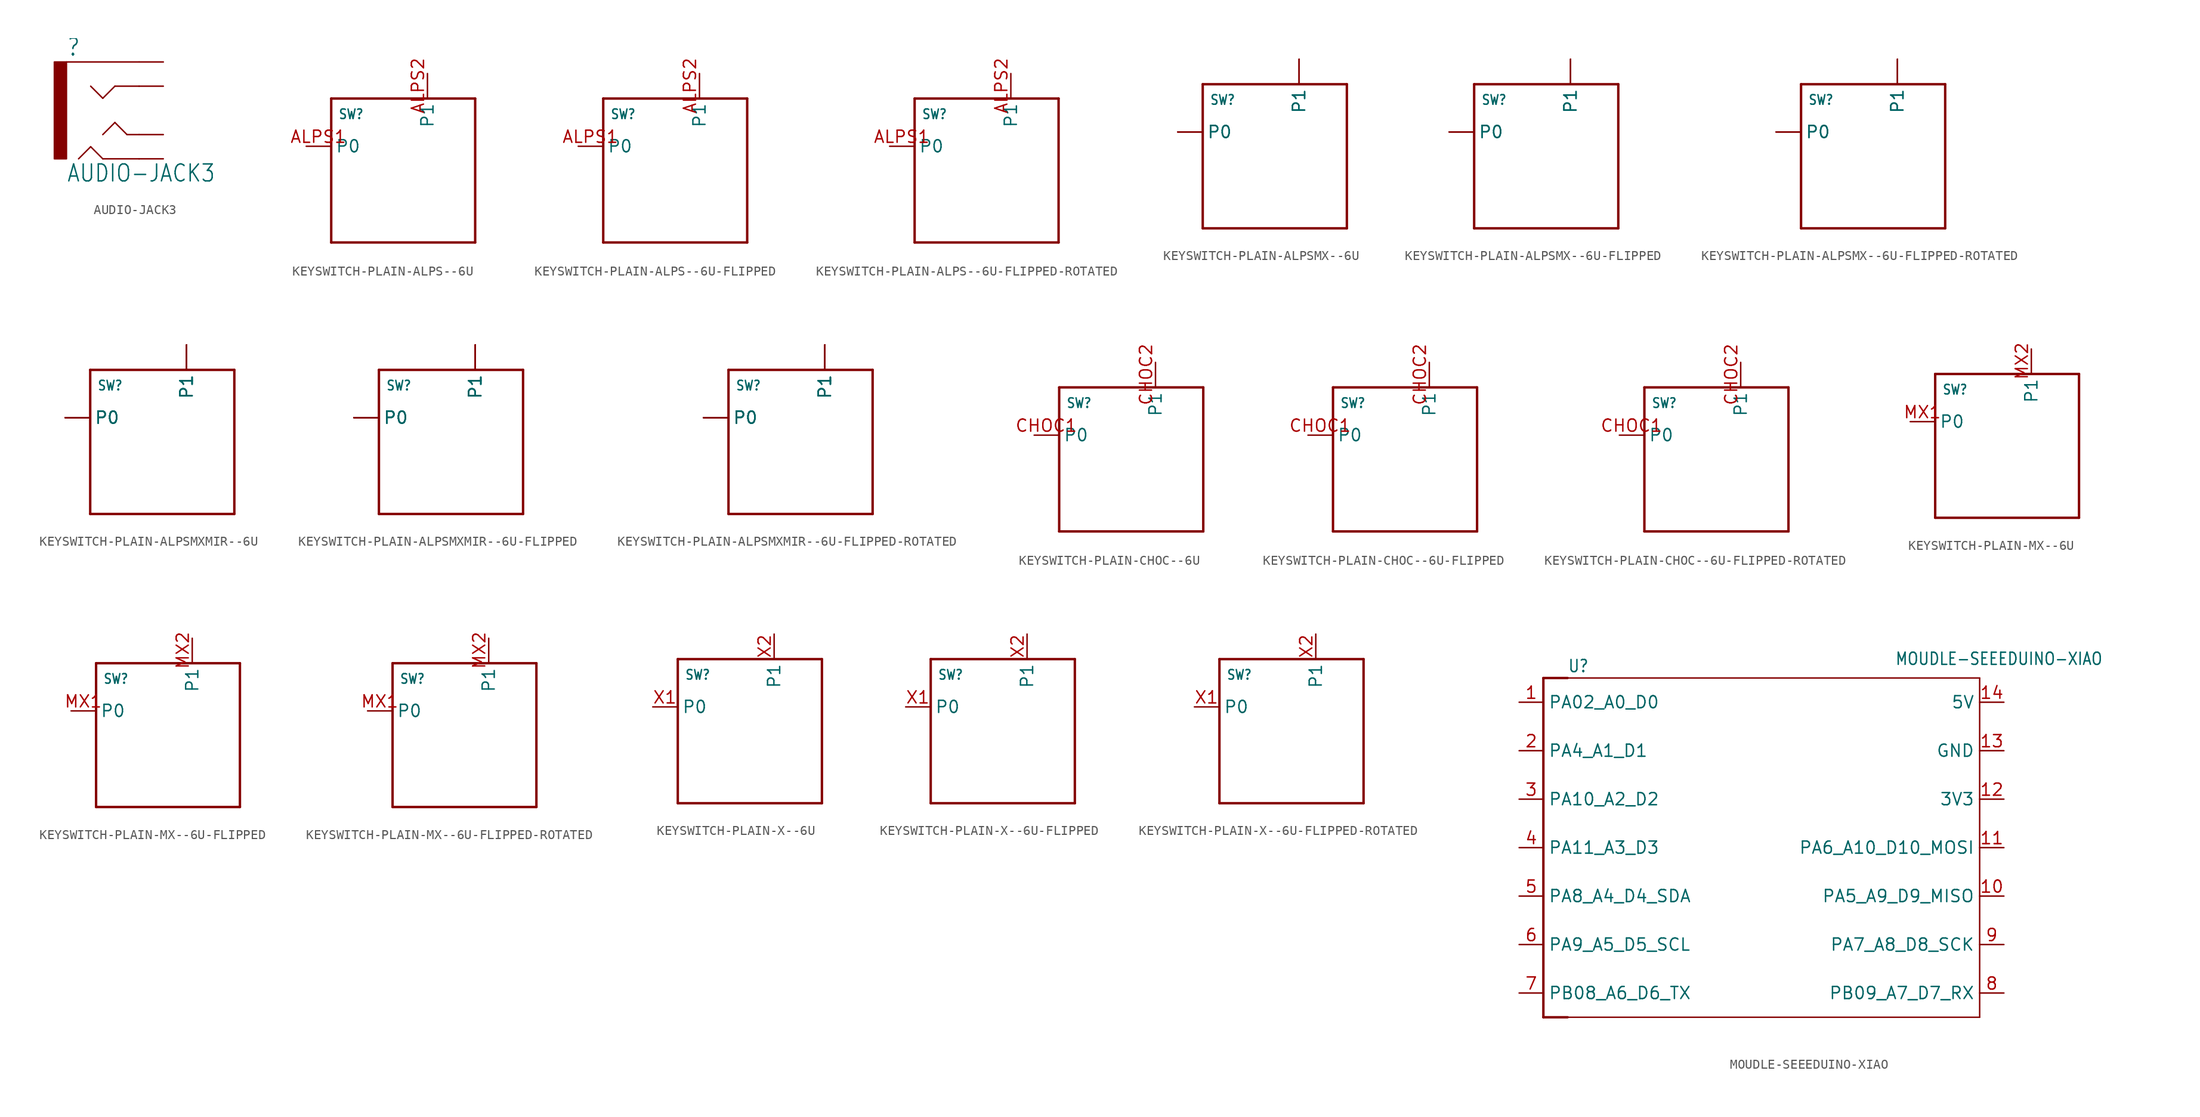
<source format=kicad_sym>
(kicad_symbol_lib
  (version 20211014)
  (generator kicad_symbol_editor)
  (symbol "AUDIO-JACK3"
    (property "Reference" ""
      (at -5.08 5.588 0)
      (effects (font (size 1.778 1.511)) (justify left bottom)))
    (property "Value" "AUDIO-JACK3"
      (at -5.08 -7.62 0)
      (effects (font (size 1.778 1.511)) (justify left bottom)))
    (property "ki_locked" ""
      (at 0 0 0)
      (effects (font (size 1.27 1.27))))
    (symbol "AUDIO-JACK3_1_0"
      (rectangle (start -6.35 -5.08) (end -5.08 5.08) (stroke (width 0) (type default) (color 0 0 0 0)) (fill (type outline)))
      (polyline (pts (xy -3.81 -5.08) (xy -2.54 -3.81)) (stroke (width 0.152) (type default) (color 0 0 0 0)) (fill (type none)))
      (polyline (pts (xy -2.54 -3.81) (xy -1.27 -5.08)) (stroke (width 0.152) (type default) (color 0 0 0 0)) (fill (type none)))
      (polyline (pts (xy -1.27 -5.08) (xy 2.54 -5.08)) (stroke (width 0.152) (type default) (color 0 0 0 0)) (fill (type none)))
      (polyline (pts (xy -1.27 -2.54) (xy 0 -1.27)) (stroke (width 0.152) (type default) (color 0 0 0 0)) (fill (type none)))
      (polyline (pts (xy -1.27 1.27) (xy -2.54 2.54)) (stroke (width 0.152) (type default) (color 0 0 0 0)) (fill (type none)))
      (polyline (pts (xy 0 -1.27) (xy 1.27 -2.54)) (stroke (width 0.152) (type default) (color 0 0 0 0)) (fill (type none)))
      (polyline (pts (xy 0 2.54) (xy -1.27 1.27)) (stroke (width 0.152) (type default) (color 0 0 0 0)) (fill (type none)))
      (polyline (pts (xy 1.27 -2.54) (xy 2.54 -2.54)) (stroke (width 0.152) (type default) (color 0 0 0 0)) (fill (type none)))
      (polyline (pts (xy 2.54 2.54) (xy 0 2.54)) (stroke (width 0.152) (type default) (color 0 0 0 0)) (fill (type none)))
      (polyline (pts (xy 2.54 5.08) (xy -5.08 5.08)) (stroke (width 0.152) (type default) (color 0 0 0 0)) (fill (type none)))
      (pin bidirectional line (at 5.08 5.08 180) (length 2.54) (name "EARTH" (effects (font (size 0 0)))) (number "EARTH" (effects (font (size 0 0)))))
      (pin bidirectional line (at 5.08 2.54 180) (length 2.54) (name "RING1" (effects (font (size 0 0)))) (number "RING1" (effects (font (size 0 0)))))
      (pin bidirectional line (at 5.08 -5.08 180) (length 2.54) (name "RING2" (effects (font (size 0 0)))) (number "RING2" (effects (font (size 0 0)))))
      (pin bidirectional line (at 5.08 -2.54 180) (length 2.54) (name "TIP" (effects (font (size 0 0)))) (number "TIP" (effects (font (size 0 0)))))))
  (symbol "KEYSWITCH-PLAIN-ALPS--6U"
    (property "Reference" "SW"
      (at -6.81 5.318 0)
      (effects (font (size 1 0.85)) (justify left bottom)))
    (property "ki_locked" ""
      (at 0 0 0)
      (effects (font (size 1.27 1.27))))
    (symbol "KEYSWITCH-PLAIN-ALPS--6U_1_0"
      (polyline (pts (xy -7.54 -7.54) (xy -7.54 7.54)) (stroke (width 0.254) (type default) (color 0 0 0 0)) (fill (type none)))
      (polyline (pts (xy -7.54 7.54) (xy 7.54 7.54)) (stroke (width 0.254) (type default) (color 0 0 0 0)) (fill (type none)))
      (polyline (pts (xy 7.54 -7.54) (xy -7.54 -7.54)) (stroke (width 0.254) (type default) (color 0 0 0 0)) (fill (type none)))
      (polyline (pts (xy 7.54 7.54) (xy 7.54 -7.54)) (stroke (width 0.254) (type default) (color 0 0 0 0)) (fill (type none)))
      (pin bidirectional line (at -10.16 2.54 0) (length 2.54) (name "P0" (effects (font (size 1.27 1.27)))) (number "ALPS1" (effects (font (size 1.27 1.27)))))
      (pin bidirectional line (at 2.54 10.16 270) (length 2.54) (name "P1" (effects (font (size 1.27 1.27)))) (number "ALPS2" (effects (font (size 1.27 1.27)))))))
  (symbol "KEYSWITCH-PLAIN-ALPS--6U-FLIPPED"
    (property "Reference" "SW"
      (at -6.81 5.318 0)
      (effects (font (size 1 0.85)) (justify left bottom)))
    (property "ki_locked" ""
      (at 0 0 0)
      (effects (font (size 1.27 1.27))))
    (symbol "KEYSWITCH-PLAIN-ALPS--6U-FLIPPED_1_0"
      (polyline (pts (xy -7.54 -7.54) (xy -7.54 7.54)) (stroke (width 0.254) (type default) (color 0 0 0 0)) (fill (type none)))
      (polyline (pts (xy -7.54 7.54) (xy 7.54 7.54)) (stroke (width 0.254) (type default) (color 0 0 0 0)) (fill (type none)))
      (polyline (pts (xy 7.54 -7.54) (xy -7.54 -7.54)) (stroke (width 0.254) (type default) (color 0 0 0 0)) (fill (type none)))
      (polyline (pts (xy 7.54 7.54) (xy 7.54 -7.54)) (stroke (width 0.254) (type default) (color 0 0 0 0)) (fill (type none)))
      (pin bidirectional line (at -10.16 2.54 0) (length 2.54) (name "P0" (effects (font (size 1.27 1.27)))) (number "ALPS1" (effects (font (size 1.27 1.27)))))
      (pin bidirectional line (at 2.54 10.16 270) (length 2.54) (name "P1" (effects (font (size 1.27 1.27)))) (number "ALPS2" (effects (font (size 1.27 1.27)))))))
  (symbol "KEYSWITCH-PLAIN-ALPS--6U-FLIPPED-ROTATED"
    (property "Reference" "SW"
      (at -6.81 5.318 0)
      (effects (font (size 1 0.85)) (justify left bottom)))
    (property "ki_locked" ""
      (at 0 0 0)
      (effects (font (size 1.27 1.27))))
    (symbol "KEYSWITCH-PLAIN-ALPS--6U-FLIPPED-ROTATED_1_0"
      (polyline (pts (xy -7.54 -7.54) (xy -7.54 7.54)) (stroke (width 0.254) (type default) (color 0 0 0 0)) (fill (type none)))
      (polyline (pts (xy -7.54 7.54) (xy 7.54 7.54)) (stroke (width 0.254) (type default) (color 0 0 0 0)) (fill (type none)))
      (polyline (pts (xy 7.54 -7.54) (xy -7.54 -7.54)) (stroke (width 0.254) (type default) (color 0 0 0 0)) (fill (type none)))
      (polyline (pts (xy 7.54 7.54) (xy 7.54 -7.54)) (stroke (width 0.254) (type default) (color 0 0 0 0)) (fill (type none)))
      (pin bidirectional line (at -10.16 2.54 0) (length 2.54) (name "P0" (effects (font (size 1.27 1.27)))) (number "ALPS1" (effects (font (size 1.27 1.27)))))
      (pin bidirectional line (at 2.54 10.16 270) (length 2.54) (name "P1" (effects (font (size 1.27 1.27)))) (number "ALPS2" (effects (font (size 1.27 1.27)))))))
  (symbol "KEYSWITCH-PLAIN-ALPSMX--6U"
    (property "Reference" "SW"
      (at -6.81 5.318 0)
      (effects (font (size 1 0.85)) (justify left bottom)))
    (property "ki_locked" ""
      (at 0 0 0)
      (effects (font (size 1.27 1.27))))
    (symbol "KEYSWITCH-PLAIN-ALPSMX--6U_1_0"
      (polyline (pts (xy -7.54 -7.54) (xy -7.54 7.54)) (stroke (width 0.254) (type default) (color 0 0 0 0)) (fill (type none)))
      (polyline (pts (xy -7.54 7.54) (xy 7.54 7.54)) (stroke (width 0.254) (type default) (color 0 0 0 0)) (fill (type none)))
      (polyline (pts (xy 7.54 -7.54) (xy -7.54 -7.54)) (stroke (width 0.254) (type default) (color 0 0 0 0)) (fill (type none)))
      (polyline (pts (xy 7.54 7.54) (xy 7.54 -7.54)) (stroke (width 0.254) (type default) (color 0 0 0 0)) (fill (type none)))
      (pin bidirectional line (at -10.16 2.54 0) (length 2.54) (name "P0" (effects (font (size 1.27 1.27)))) (number "ALPS1" (effects (font (size 0 0)))))
      (pin bidirectional line (at 2.54 10.16 270) (length 2.54) (name "P1" (effects (font (size 1.27 1.27)))) (number "ALPS2" (effects (font (size 0 0)))))
      (pin bidirectional line (at -10.16 2.54 0) (length 2.54) (name "P0" (effects (font (size 1.27 1.27)))) (number "MX1" (effects (font (size 0 0)))))
      (pin bidirectional line (at 2.54 10.16 270) (length 2.54) (name "P1" (effects (font (size 1.27 1.27)))) (number "MX2" (effects (font (size 0 0)))))))
  (symbol "KEYSWITCH-PLAIN-ALPSMX--6U-FLIPPED"
    (property "Reference" "SW"
      (at -6.81 5.318 0)
      (effects (font (size 1 0.85)) (justify left bottom)))
    (property "ki_locked" ""
      (at 0 0 0)
      (effects (font (size 1.27 1.27))))
    (symbol "KEYSWITCH-PLAIN-ALPSMX--6U-FLIPPED_1_0"
      (polyline (pts (xy -7.54 -7.54) (xy -7.54 7.54)) (stroke (width 0.254) (type default) (color 0 0 0 0)) (fill (type none)))
      (polyline (pts (xy -7.54 7.54) (xy 7.54 7.54)) (stroke (width 0.254) (type default) (color 0 0 0 0)) (fill (type none)))
      (polyline (pts (xy 7.54 -7.54) (xy -7.54 -7.54)) (stroke (width 0.254) (type default) (color 0 0 0 0)) (fill (type none)))
      (polyline (pts (xy 7.54 7.54) (xy 7.54 -7.54)) (stroke (width 0.254) (type default) (color 0 0 0 0)) (fill (type none)))
      (pin bidirectional line (at -10.16 2.54 0) (length 2.54) (name "P0" (effects (font (size 1.27 1.27)))) (number "ALPS1" (effects (font (size 0 0)))))
      (pin bidirectional line (at 2.54 10.16 270) (length 2.54) (name "P1" (effects (font (size 1.27 1.27)))) (number "ALPS2" (effects (font (size 0 0)))))
      (pin bidirectional line (at -10.16 2.54 0) (length 2.54) (name "P0" (effects (font (size 1.27 1.27)))) (number "MX1" (effects (font (size 0 0)))))
      (pin bidirectional line (at 2.54 10.16 270) (length 2.54) (name "P1" (effects (font (size 1.27 1.27)))) (number "MX2" (effects (font (size 0 0)))))))
  (symbol "KEYSWITCH-PLAIN-ALPSMX--6U-FLIPPED-ROTATED"
    (property "Reference" "SW"
      (at -6.81 5.318 0)
      (effects (font (size 1 0.85)) (justify left bottom)))
    (property "ki_locked" ""
      (at 0 0 0)
      (effects (font (size 1.27 1.27))))
    (symbol "KEYSWITCH-PLAIN-ALPSMX--6U-FLIPPED-ROTATED_1_0"
      (polyline (pts (xy -7.54 -7.54) (xy -7.54 7.54)) (stroke (width 0.254) (type default) (color 0 0 0 0)) (fill (type none)))
      (polyline (pts (xy -7.54 7.54) (xy 7.54 7.54)) (stroke (width 0.254) (type default) (color 0 0 0 0)) (fill (type none)))
      (polyline (pts (xy 7.54 -7.54) (xy -7.54 -7.54)) (stroke (width 0.254) (type default) (color 0 0 0 0)) (fill (type none)))
      (polyline (pts (xy 7.54 7.54) (xy 7.54 -7.54)) (stroke (width 0.254) (type default) (color 0 0 0 0)) (fill (type none)))
      (pin bidirectional line (at -10.16 2.54 0) (length 2.54) (name "P0" (effects (font (size 1.27 1.27)))) (number "ALPS1" (effects (font (size 0 0)))))
      (pin bidirectional line (at 2.54 10.16 270) (length 2.54) (name "P1" (effects (font (size 1.27 1.27)))) (number "ALPS2" (effects (font (size 0 0)))))
      (pin bidirectional line (at -10.16 2.54 0) (length 2.54) (name "P0" (effects (font (size 1.27 1.27)))) (number "MX1" (effects (font (size 0 0)))))
      (pin bidirectional line (at 2.54 10.16 270) (length 2.54) (name "P1" (effects (font (size 1.27 1.27)))) (number "MX2" (effects (font (size 0 0)))))))
  (symbol "KEYSWITCH-PLAIN-ALPSMXMIR--6U"
    (property "Reference" "SW"
      (at -6.81 5.318 0)
      (effects (font (size 1 0.85)) (justify left bottom)))
    (property "ki_locked" ""
      (at 0 0 0)
      (effects (font (size 1.27 1.27))))
    (symbol "KEYSWITCH-PLAIN-ALPSMXMIR--6U_1_0"
      (polyline (pts (xy -7.54 -7.54) (xy -7.54 7.54)) (stroke (width 0.254) (type default) (color 0 0 0 0)) (fill (type none)))
      (polyline (pts (xy -7.54 7.54) (xy 7.54 7.54)) (stroke (width 0.254) (type default) (color 0 0 0 0)) (fill (type none)))
      (polyline (pts (xy 7.54 -7.54) (xy -7.54 -7.54)) (stroke (width 0.254) (type default) (color 0 0 0 0)) (fill (type none)))
      (polyline (pts (xy 7.54 7.54) (xy 7.54 -7.54)) (stroke (width 0.254) (type default) (color 0 0 0 0)) (fill (type none)))
      (pin bidirectional line (at -10.16 2.54 0) (length 2.54) (name "P0" (effects (font (size 1.27 1.27)))) (number "ALPS1" (effects (font (size 0 0)))))
      (pin bidirectional line (at 2.54 10.16 270) (length 2.54) (name "P1" (effects (font (size 1.27 1.27)))) (number "ALPS2" (effects (font (size 0 0)))))
      (pin bidirectional line (at -10.16 2.54 0) (length 2.54) (name "P0" (effects (font (size 1.27 1.27)))) (number "ALPS3" (effects (font (size 0 0)))))
      (pin bidirectional line (at 2.54 10.16 270) (length 2.54) (name "P1" (effects (font (size 1.27 1.27)))) (number "ALPS4" (effects (font (size 0 0)))))
      (pin bidirectional line (at -10.16 2.54 0) (length 2.54) (name "P0" (effects (font (size 1.27 1.27)))) (number "MX1" (effects (font (size 0 0)))))
      (pin bidirectional line (at 2.54 10.16 270) (length 2.54) (name "P1" (effects (font (size 1.27 1.27)))) (number "MX2" (effects (font (size 0 0)))))
      (pin bidirectional line (at -10.16 2.54 0) (length 2.54) (name "P0" (effects (font (size 1.27 1.27)))) (number "MX3" (effects (font (size 0 0)))))
      (pin bidirectional line (at 2.54 10.16 270) (length 2.54) (name "P1" (effects (font (size 1.27 1.27)))) (number "MX4" (effects (font (size 0 0)))))))
  (symbol "KEYSWITCH-PLAIN-ALPSMXMIR--6U-FLIPPED"
    (property "Reference" "SW"
      (at -6.81 5.318 0)
      (effects (font (size 1 0.85)) (justify left bottom)))
    (property "ki_locked" ""
      (at 0 0 0)
      (effects (font (size 1.27 1.27))))
    (symbol "KEYSWITCH-PLAIN-ALPSMXMIR--6U-FLIPPED_1_0"
      (polyline (pts (xy -7.54 -7.54) (xy -7.54 7.54)) (stroke (width 0.254) (type default) (color 0 0 0 0)) (fill (type none)))
      (polyline (pts (xy -7.54 7.54) (xy 7.54 7.54)) (stroke (width 0.254) (type default) (color 0 0 0 0)) (fill (type none)))
      (polyline (pts (xy 7.54 -7.54) (xy -7.54 -7.54)) (stroke (width 0.254) (type default) (color 0 0 0 0)) (fill (type none)))
      (polyline (pts (xy 7.54 7.54) (xy 7.54 -7.54)) (stroke (width 0.254) (type default) (color 0 0 0 0)) (fill (type none)))
      (pin bidirectional line (at -10.16 2.54 0) (length 2.54) (name "P0" (effects (font (size 1.27 1.27)))) (number "ALPS1" (effects (font (size 0 0)))))
      (pin bidirectional line (at 2.54 10.16 270) (length 2.54) (name "P1" (effects (font (size 1.27 1.27)))) (number "ALPS2" (effects (font (size 0 0)))))
      (pin bidirectional line (at -10.16 2.54 0) (length 2.54) (name "P0" (effects (font (size 1.27 1.27)))) (number "ALPS3" (effects (font (size 0 0)))))
      (pin bidirectional line (at 2.54 10.16 270) (length 2.54) (name "P1" (effects (font (size 1.27 1.27)))) (number "ALPS4" (effects (font (size 0 0)))))
      (pin bidirectional line (at -10.16 2.54 0) (length 2.54) (name "P0" (effects (font (size 1.27 1.27)))) (number "MX1" (effects (font (size 0 0)))))
      (pin bidirectional line (at 2.54 10.16 270) (length 2.54) (name "P1" (effects (font (size 1.27 1.27)))) (number "MX2" (effects (font (size 0 0)))))
      (pin bidirectional line (at -10.16 2.54 0) (length 2.54) (name "P0" (effects (font (size 1.27 1.27)))) (number "MX3" (effects (font (size 0 0)))))
      (pin bidirectional line (at 2.54 10.16 270) (length 2.54) (name "P1" (effects (font (size 1.27 1.27)))) (number "MX4" (effects (font (size 0 0)))))))
  (symbol "KEYSWITCH-PLAIN-ALPSMXMIR--6U-FLIPPED-ROTATED"
    (property "Reference" "SW"
      (at -6.81 5.318 0)
      (effects (font (size 1 0.85)) (justify left bottom)))
    (property "ki_locked" ""
      (at 0 0 0)
      (effects (font (size 1.27 1.27))))
    (symbol "KEYSWITCH-PLAIN-ALPSMXMIR--6U-FLIPPED-ROTATED_1_0"
      (polyline (pts (xy -7.54 -7.54) (xy -7.54 7.54)) (stroke (width 0.254) (type default) (color 0 0 0 0)) (fill (type none)))
      (polyline (pts (xy -7.54 7.54) (xy 7.54 7.54)) (stroke (width 0.254) (type default) (color 0 0 0 0)) (fill (type none)))
      (polyline (pts (xy 7.54 -7.54) (xy -7.54 -7.54)) (stroke (width 0.254) (type default) (color 0 0 0 0)) (fill (type none)))
      (polyline (pts (xy 7.54 7.54) (xy 7.54 -7.54)) (stroke (width 0.254) (type default) (color 0 0 0 0)) (fill (type none)))
      (pin bidirectional line (at -10.16 2.54 0) (length 2.54) (name "P0" (effects (font (size 1.27 1.27)))) (number "ALPS1" (effects (font (size 0 0)))))
      (pin bidirectional line (at 2.54 10.16 270) (length 2.54) (name "P1" (effects (font (size 1.27 1.27)))) (number "ALPS2" (effects (font (size 0 0)))))
      (pin bidirectional line (at -10.16 2.54 0) (length 2.54) (name "P0" (effects (font (size 1.27 1.27)))) (number "ALPS3" (effects (font (size 0 0)))))
      (pin bidirectional line (at 2.54 10.16 270) (length 2.54) (name "P1" (effects (font (size 1.27 1.27)))) (number "ALPS4" (effects (font (size 0 0)))))
      (pin bidirectional line (at -10.16 2.54 0) (length 2.54) (name "P0" (effects (font (size 1.27 1.27)))) (number "MX1" (effects (font (size 0 0)))))
      (pin bidirectional line (at 2.54 10.16 270) (length 2.54) (name "P1" (effects (font (size 1.27 1.27)))) (number "MX2" (effects (font (size 0 0)))))
      (pin bidirectional line (at -10.16 2.54 0) (length 2.54) (name "P0" (effects (font (size 1.27 1.27)))) (number "MX3" (effects (font (size 0 0)))))
      (pin bidirectional line (at 2.54 10.16 270) (length 2.54) (name "P1" (effects (font (size 1.27 1.27)))) (number "MX4" (effects (font (size 0 0)))))))
  (symbol "KEYSWITCH-PLAIN-CHOC--6U"
    (property "Reference" "SW"
      (at -6.81 5.318 0)
      (effects (font (size 1 0.85)) (justify left bottom)))
    (property "ki_locked" ""
      (at 0 0 0)
      (effects (font (size 1.27 1.27))))
    (symbol "KEYSWITCH-PLAIN-CHOC--6U_1_0"
      (polyline (pts (xy -7.54 -7.54) (xy -7.54 7.54)) (stroke (width 0.254) (type default) (color 0 0 0 0)) (fill (type none)))
      (polyline (pts (xy -7.54 7.54) (xy 7.54 7.54)) (stroke (width 0.254) (type default) (color 0 0 0 0)) (fill (type none)))
      (polyline (pts (xy 7.54 -7.54) (xy -7.54 -7.54)) (stroke (width 0.254) (type default) (color 0 0 0 0)) (fill (type none)))
      (polyline (pts (xy 7.54 7.54) (xy 7.54 -7.54)) (stroke (width 0.254) (type default) (color 0 0 0 0)) (fill (type none)))
      (pin bidirectional line (at -10.16 2.54 0) (length 2.54) (name "P0" (effects (font (size 1.27 1.27)))) (number "CHOC1" (effects (font (size 1.27 1.27)))))
      (pin bidirectional line (at 2.54 10.16 270) (length 2.54) (name "P1" (effects (font (size 1.27 1.27)))) (number "CHOC2" (effects (font (size 1.27 1.27)))))))
  (symbol "KEYSWITCH-PLAIN-CHOC--6U-FLIPPED"
    (property "Reference" "SW"
      (at -6.81 5.318 0)
      (effects (font (size 1 0.85)) (justify left bottom)))
    (property "ki_locked" ""
      (at 0 0 0)
      (effects (font (size 1.27 1.27))))
    (symbol "KEYSWITCH-PLAIN-CHOC--6U-FLIPPED_1_0"
      (polyline (pts (xy -7.54 -7.54) (xy -7.54 7.54)) (stroke (width 0.254) (type default) (color 0 0 0 0)) (fill (type none)))
      (polyline (pts (xy -7.54 7.54) (xy 7.54 7.54)) (stroke (width 0.254) (type default) (color 0 0 0 0)) (fill (type none)))
      (polyline (pts (xy 7.54 -7.54) (xy -7.54 -7.54)) (stroke (width 0.254) (type default) (color 0 0 0 0)) (fill (type none)))
      (polyline (pts (xy 7.54 7.54) (xy 7.54 -7.54)) (stroke (width 0.254) (type default) (color 0 0 0 0)) (fill (type none)))
      (pin bidirectional line (at -10.16 2.54 0) (length 2.54) (name "P0" (effects (font (size 1.27 1.27)))) (number "CHOC1" (effects (font (size 1.27 1.27)))))
      (pin bidirectional line (at 2.54 10.16 270) (length 2.54) (name "P1" (effects (font (size 1.27 1.27)))) (number "CHOC2" (effects (font (size 1.27 1.27)))))))
  (symbol "KEYSWITCH-PLAIN-CHOC--6U-FLIPPED-ROTATED"
    (property "Reference" "SW"
      (at -6.81 5.318 0)
      (effects (font (size 1 0.85)) (justify left bottom)))
    (property "ki_locked" ""
      (at 0 0 0)
      (effects (font (size 1.27 1.27))))
    (symbol "KEYSWITCH-PLAIN-CHOC--6U-FLIPPED-ROTATED_1_0"
      (polyline (pts (xy -7.54 -7.54) (xy -7.54 7.54)) (stroke (width 0.254) (type default) (color 0 0 0 0)) (fill (type none)))
      (polyline (pts (xy -7.54 7.54) (xy 7.54 7.54)) (stroke (width 0.254) (type default) (color 0 0 0 0)) (fill (type none)))
      (polyline (pts (xy 7.54 -7.54) (xy -7.54 -7.54)) (stroke (width 0.254) (type default) (color 0 0 0 0)) (fill (type none)))
      (polyline (pts (xy 7.54 7.54) (xy 7.54 -7.54)) (stroke (width 0.254) (type default) (color 0 0 0 0)) (fill (type none)))
      (pin bidirectional line (at -10.16 2.54 0) (length 2.54) (name "P0" (effects (font (size 1.27 1.27)))) (number "CHOC1" (effects (font (size 1.27 1.27)))))
      (pin bidirectional line (at 2.54 10.16 270) (length 2.54) (name "P1" (effects (font (size 1.27 1.27)))) (number "CHOC2" (effects (font (size 1.27 1.27)))))))
  (symbol "KEYSWITCH-PLAIN-MX--6U"
    (property "Reference" "SW"
      (at -6.81 5.318 0)
      (effects (font (size 1 0.85)) (justify left bottom)))
    (property "ki_locked" ""
      (at 0 0 0)
      (effects (font (size 1.27 1.27))))
    (symbol "KEYSWITCH-PLAIN-MX--6U_1_0"
      (polyline (pts (xy -7.54 -7.54) (xy -7.54 7.54)) (stroke (width 0.254) (type default) (color 0 0 0 0)) (fill (type none)))
      (polyline (pts (xy -7.54 7.54) (xy 7.54 7.54)) (stroke (width 0.254) (type default) (color 0 0 0 0)) (fill (type none)))
      (polyline (pts (xy 7.54 -7.54) (xy -7.54 -7.54)) (stroke (width 0.254) (type default) (color 0 0 0 0)) (fill (type none)))
      (polyline (pts (xy 7.54 7.54) (xy 7.54 -7.54)) (stroke (width 0.254) (type default) (color 0 0 0 0)) (fill (type none)))
      (pin bidirectional line (at -10.16 2.54 0) (length 2.54) (name "P0" (effects (font (size 1.27 1.27)))) (number "MX1" (effects (font (size 1.27 1.27)))))
      (pin bidirectional line (at 2.54 10.16 270) (length 2.54) (name "P1" (effects (font (size 1.27 1.27)))) (number "MX2" (effects (font (size 1.27 1.27)))))))
  (symbol "KEYSWITCH-PLAIN-MX--6U-FLIPPED"
    (property "Reference" "SW"
      (at -6.81 5.318 0)
      (effects (font (size 1 0.85)) (justify left bottom)))
    (property "ki_locked" ""
      (at 0 0 0)
      (effects (font (size 1.27 1.27))))
    (symbol "KEYSWITCH-PLAIN-MX--6U-FLIPPED_1_0"
      (polyline (pts (xy -7.54 -7.54) (xy -7.54 7.54)) (stroke (width 0.254) (type default) (color 0 0 0 0)) (fill (type none)))
      (polyline (pts (xy -7.54 7.54) (xy 7.54 7.54)) (stroke (width 0.254) (type default) (color 0 0 0 0)) (fill (type none)))
      (polyline (pts (xy 7.54 -7.54) (xy -7.54 -7.54)) (stroke (width 0.254) (type default) (color 0 0 0 0)) (fill (type none)))
      (polyline (pts (xy 7.54 7.54) (xy 7.54 -7.54)) (stroke (width 0.254) (type default) (color 0 0 0 0)) (fill (type none)))
      (pin bidirectional line (at -10.16 2.54 0) (length 2.54) (name "P0" (effects (font (size 1.27 1.27)))) (number "MX1" (effects (font (size 1.27 1.27)))))
      (pin bidirectional line (at 2.54 10.16 270) (length 2.54) (name "P1" (effects (font (size 1.27 1.27)))) (number "MX2" (effects (font (size 1.27 1.27)))))))
  (symbol "KEYSWITCH-PLAIN-MX--6U-FLIPPED-ROTATED"
    (property "Reference" "SW"
      (at -6.81 5.318 0)
      (effects (font (size 1 0.85)) (justify left bottom)))
    (property "ki_locked" ""
      (at 0 0 0)
      (effects (font (size 1.27 1.27))))
    (symbol "KEYSWITCH-PLAIN-MX--6U-FLIPPED-ROTATED_1_0"
      (polyline (pts (xy -7.54 -7.54) (xy -7.54 7.54)) (stroke (width 0.254) (type default) (color 0 0 0 0)) (fill (type none)))
      (polyline (pts (xy -7.54 7.54) (xy 7.54 7.54)) (stroke (width 0.254) (type default) (color 0 0 0 0)) (fill (type none)))
      (polyline (pts (xy 7.54 -7.54) (xy -7.54 -7.54)) (stroke (width 0.254) (type default) (color 0 0 0 0)) (fill (type none)))
      (polyline (pts (xy 7.54 7.54) (xy 7.54 -7.54)) (stroke (width 0.254) (type default) (color 0 0 0 0)) (fill (type none)))
      (pin bidirectional line (at -10.16 2.54 0) (length 2.54) (name "P0" (effects (font (size 1.27 1.27)))) (number "MX1" (effects (font (size 1.27 1.27)))))
      (pin bidirectional line (at 2.54 10.16 270) (length 2.54) (name "P1" (effects (font (size 1.27 1.27)))) (number "MX2" (effects (font (size 1.27 1.27)))))))
  (symbol "KEYSWITCH-PLAIN-X--6U"
    (property "Reference" "SW"
      (at -6.81 5.318 0)
      (effects (font (size 1 0.85)) (justify left bottom)))
    (property "ki_locked" ""
      (at 0 0 0)
      (effects (font (size 1.27 1.27))))
    (symbol "KEYSWITCH-PLAIN-X--6U_1_0"
      (polyline (pts (xy -7.54 -7.54) (xy -7.54 7.54)) (stroke (width 0.254) (type default) (color 0 0 0 0)) (fill (type none)))
      (polyline (pts (xy -7.54 7.54) (xy 7.54 7.54)) (stroke (width 0.254) (type default) (color 0 0 0 0)) (fill (type none)))
      (polyline (pts (xy 7.54 -7.54) (xy -7.54 -7.54)) (stroke (width 0.254) (type default) (color 0 0 0 0)) (fill (type none)))
      (polyline (pts (xy 7.54 7.54) (xy 7.54 -7.54)) (stroke (width 0.254) (type default) (color 0 0 0 0)) (fill (type none)))
      (pin bidirectional line (at -10.16 2.54 0) (length 2.54) (name "P0" (effects (font (size 1.27 1.27)))) (number "X1" (effects (font (size 1.27 1.27)))))
      (pin bidirectional line (at 2.54 10.16 270) (length 2.54) (name "P1" (effects (font (size 1.27 1.27)))) (number "X2" (effects (font (size 1.27 1.27)))))))
  (symbol "KEYSWITCH-PLAIN-X--6U-FLIPPED"
    (property "Reference" "SW"
      (at -6.81 5.318 0)
      (effects (font (size 1 0.85)) (justify left bottom)))
    (property "ki_locked" ""
      (at 0 0 0)
      (effects (font (size 1.27 1.27))))
    (symbol "KEYSWITCH-PLAIN-X--6U-FLIPPED_1_0"
      (polyline (pts (xy -7.54 -7.54) (xy -7.54 7.54)) (stroke (width 0.254) (type default) (color 0 0 0 0)) (fill (type none)))
      (polyline (pts (xy -7.54 7.54) (xy 7.54 7.54)) (stroke (width 0.254) (type default) (color 0 0 0 0)) (fill (type none)))
      (polyline (pts (xy 7.54 -7.54) (xy -7.54 -7.54)) (stroke (width 0.254) (type default) (color 0 0 0 0)) (fill (type none)))
      (polyline (pts (xy 7.54 7.54) (xy 7.54 -7.54)) (stroke (width 0.254) (type default) (color 0 0 0 0)) (fill (type none)))
      (pin bidirectional line (at -10.16 2.54 0) (length 2.54) (name "P0" (effects (font (size 1.27 1.27)))) (number "X1" (effects (font (size 1.27 1.27)))))
      (pin bidirectional line (at 2.54 10.16 270) (length 2.54) (name "P1" (effects (font (size 1.27 1.27)))) (number "X2" (effects (font (size 1.27 1.27)))))))
  (symbol "KEYSWITCH-PLAIN-X--6U-FLIPPED-ROTATED"
    (property "Reference" "SW"
      (at -6.81 5.318 0)
      (effects (font (size 1 0.85)) (justify left bottom)))
    (property "ki_locked" ""
      (at 0 0 0)
      (effects (font (size 1.27 1.27))))
    (symbol "KEYSWITCH-PLAIN-X--6U-FLIPPED-ROTATED_1_0"
      (polyline (pts (xy -7.54 -7.54) (xy -7.54 7.54)) (stroke (width 0.254) (type default) (color 0 0 0 0)) (fill (type none)))
      (polyline (pts (xy -7.54 7.54) (xy 7.54 7.54)) (stroke (width 0.254) (type default) (color 0 0 0 0)) (fill (type none)))
      (polyline (pts (xy 7.54 -7.54) (xy -7.54 -7.54)) (stroke (width 0.254) (type default) (color 0 0 0 0)) (fill (type none)))
      (polyline (pts (xy 7.54 7.54) (xy 7.54 -7.54)) (stroke (width 0.254) (type default) (color 0 0 0 0)) (fill (type none)))
      (pin bidirectional line (at -10.16 2.54 0) (length 2.54) (name "P0" (effects (font (size 1.27 1.27)))) (number "X1" (effects (font (size 1.27 1.27)))))
      (pin bidirectional line (at 2.54 10.16 270) (length 2.54) (name "P1" (effects (font (size 1.27 1.27)))) (number "X2" (effects (font (size 1.27 1.27)))))))
  (symbol "MOUDLE-SEEEDUINO-XIAO"
    (property "Reference" "U"
      (at -20.32 18.288 0)
      (effects (font (size 1.27 1.079)) (justify left bottom)))
    (property "Value" "MOUDLE-SEEEDUINO-XIAO"
      (at 13.97 19.05 0)
      (effects (font (size 1.27 1.079)) (justify left bottom)))
    (property "ki_locked" ""
      (at 0 0 0)
      (effects (font (size 1.27 1.27))))
    (symbol "MOUDLE-SEEEDUINO-XIAO_1_0"
      (polyline (pts (xy -22.86 -17.78) (xy -20.32 -17.78)) (stroke (width 0.254) (type default) (color 0 0 0 0)) (fill (type none)))
      (polyline (pts (xy -22.86 17.78) (xy -22.86 -17.78)) (stroke (width 0.254) (type default) (color 0 0 0 0)) (fill (type none)))
      (polyline (pts (xy -20.32 17.78) (xy -22.86 17.78)) (stroke (width 0.254) (type default) (color 0 0 0 0)) (fill (type none)))
      (polyline (pts (xy -20.32 17.78) (xy 22.86 17.78)) (stroke (width 0.152) (type default) (color 0 0 0 0)) (fill (type none)))
      (polyline (pts (xy 22.86 -17.78) (xy -20.32 -17.78)) (stroke (width 0.152) (type default) (color 0 0 0 0)) (fill (type none)))
      (polyline (pts (xy 22.86 17.78) (xy 22.86 -17.78)) (stroke (width 0.152) (type default) (color 0 0 0 0)) (fill (type none)))
      (pin bidirectional line (at -25.4 15.24 0) (length 2.54) (name "PA02_A0_D0" (effects (font (size 1.27 1.27)))) (number "1" (effects (font (size 1.27 1.27)))))
      (pin bidirectional line (at 25.4 -5.08 180) (length 2.54) (name "PA5_A9_D9_MISO" (effects (font (size 1.27 1.27)))) (number "10" (effects (font (size 1.27 1.27)))))
      (pin bidirectional line (at 25.4 0 180) (length 2.54) (name "PA6_A10_D10_MOSI" (effects (font (size 1.27 1.27)))) (number "11" (effects (font (size 1.27 1.27)))))
      (pin bidirectional line (at 25.4 5.08 180) (length 2.54) (name "3V3" (effects (font (size 1.27 1.27)))) (number "12" (effects (font (size 1.27 1.27)))))
      (pin bidirectional line (at 25.4 10.16 180) (length 2.54) (name "GND" (effects (font (size 1.27 1.27)))) (number "13" (effects (font (size 1.27 1.27)))))
      (pin bidirectional line (at 25.4 15.24 180) (length 2.54) (name "5V" (effects (font (size 1.27 1.27)))) (number "14" (effects (font (size 1.27 1.27)))))
      (pin bidirectional line (at -25.4 10.16 0) (length 2.54) (name "PA4_A1_D1" (effects (font (size 1.27 1.27)))) (number "2" (effects (font (size 1.27 1.27)))))
      (pin bidirectional line (at -25.4 5.08 0) (length 2.54) (name "PA10_A2_D2" (effects (font (size 1.27 1.27)))) (number "3" (effects (font (size 1.27 1.27)))))
      (pin bidirectional line (at -25.4 0 0) (length 2.54) (name "PA11_A3_D3" (effects (font (size 1.27 1.27)))) (number "4" (effects (font (size 1.27 1.27)))))
      (pin bidirectional line (at -25.4 -5.08 0) (length 2.54) (name "PA8_A4_D4_SDA" (effects (font (size 1.27 1.27)))) (number "5" (effects (font (size 1.27 1.27)))))
      (pin bidirectional line (at -25.4 -10.16 0) (length 2.54) (name "PA9_A5_D5_SCL" (effects (font (size 1.27 1.27)))) (number "6" (effects (font (size 1.27 1.27)))))
      (pin bidirectional line (at -25.4 -15.24 0) (length 2.54) (name "PB08_A6_D6_TX" (effects (font (size 1.27 1.27)))) (number "7" (effects (font (size 1.27 1.27)))))
      (pin bidirectional line (at 25.4 -15.24 180) (length 2.54) (name "PB09_A7_D7_RX" (effects (font (size 1.27 1.27)))) (number "8" (effects (font (size 1.27 1.27)))))
      (pin bidirectional line (at 25.4 -10.16 180) (length 2.54) (name "PA7_A8_D8_SCK" (effects (font (size 1.27 1.27)))) (number "9" (effects (font (size 1.27 1.27))))))))
</source>
